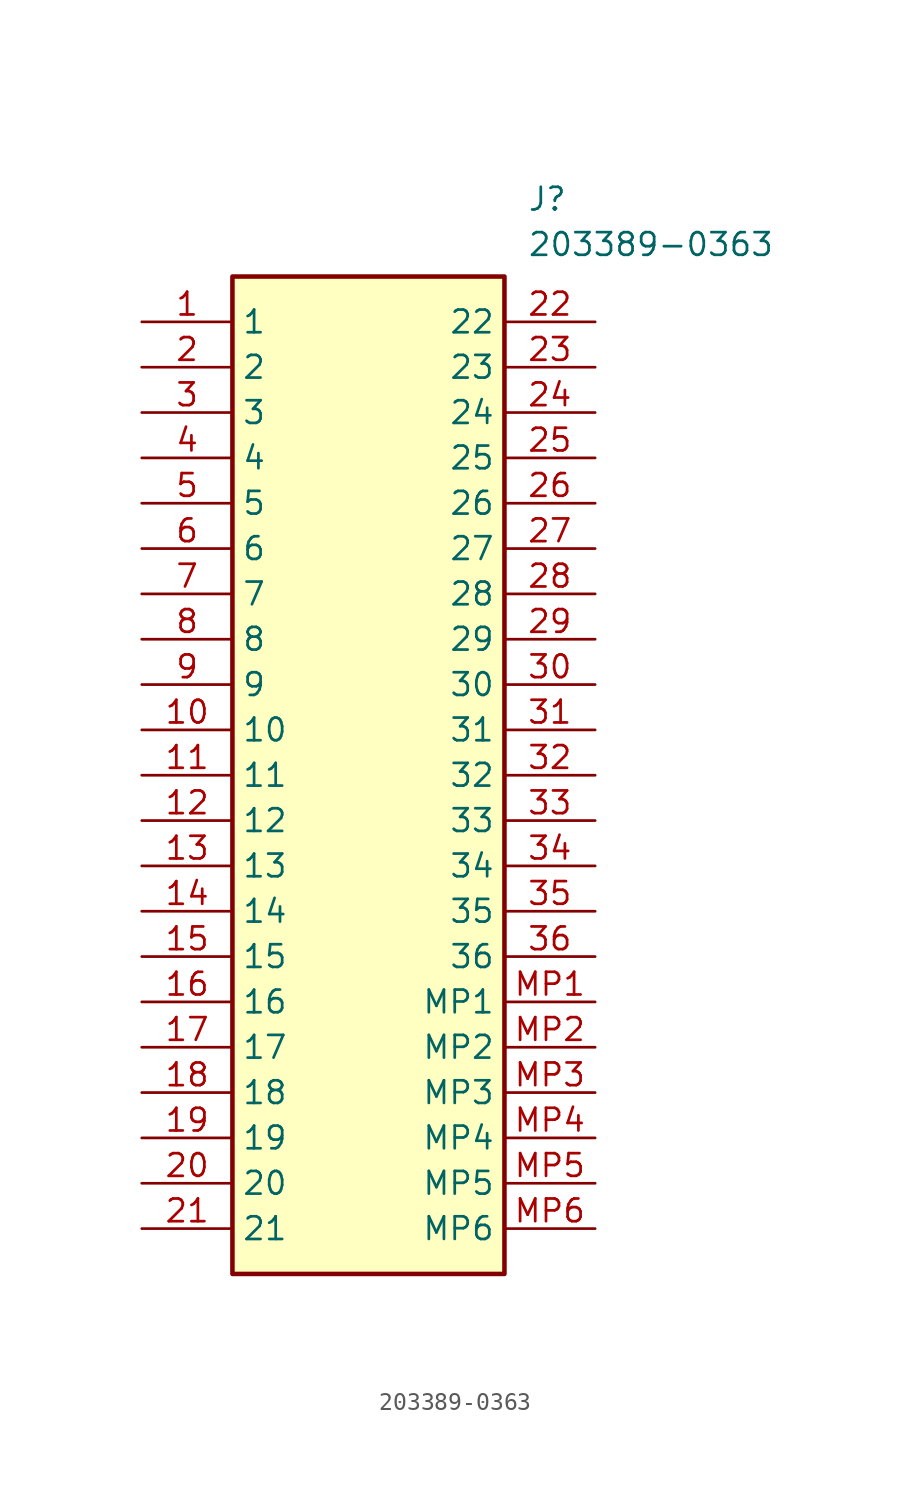
<source format=kicad_sym>
(kicad_symbol_lib
  (version 20211014)
  (generator SamacSys_ECAD_Model)
  (symbol "203389-0363"
    (property "Reference" "J"
      (at 21.59 7.62 0)
      (effects (font (size 1.27 1.27)) (justify left top)))
    (property "Value" "203389-0363"
      (at 21.59 5.08 0)
      (effects (font (size 1.27 1.27)) (justify left top)))
    (rectangle
      (start 5.08 2.54)
      (end 20.32 -53.34)
      (stroke (width 0.254) (type default))
      (fill (type background)))
    (pin passive line
      (at 0 0 0)
      (length 5.08)
      (name "1" (effects (font (size 1.27 1.27))))
      (number "1" (effects (font (size 1.27 1.27)))))
    (pin passive line
      (at 0 -2.54 0)
      (length 5.08)
      (name "2" (effects (font (size 1.27 1.27))))
      (number "2" (effects (font (size 1.27 1.27)))))
    (pin passive line
      (at 0 -5.08 0)
      (length 5.08)
      (name "3" (effects (font (size 1.27 1.27))))
      (number "3" (effects (font (size 1.27 1.27)))))
    (pin passive line
      (at 0 -7.62 0)
      (length 5.08)
      (name "4" (effects (font (size 1.27 1.27))))
      (number "4" (effects (font (size 1.27 1.27)))))
    (pin passive line
      (at 0 -10.16 0)
      (length 5.08)
      (name "5" (effects (font (size 1.27 1.27))))
      (number "5" (effects (font (size 1.27 1.27)))))
    (pin passive line
      (at 0 -12.7 0)
      (length 5.08)
      (name "6" (effects (font (size 1.27 1.27))))
      (number "6" (effects (font (size 1.27 1.27)))))
    (pin passive line
      (at 0 -15.24 0)
      (length 5.08)
      (name "7" (effects (font (size 1.27 1.27))))
      (number "7" (effects (font (size 1.27 1.27)))))
    (pin passive line
      (at 0 -17.78 0)
      (length 5.08)
      (name "8" (effects (font (size 1.27 1.27))))
      (number "8" (effects (font (size 1.27 1.27)))))
    (pin passive line
      (at 0 -20.32 0)
      (length 5.08)
      (name "9" (effects (font (size 1.27 1.27))))
      (number "9" (effects (font (size 1.27 1.27)))))
    (pin passive line
      (at 0 -22.86 0)
      (length 5.08)
      (name "10" (effects (font (size 1.27 1.27))))
      (number "10" (effects (font (size 1.27 1.27)))))
    (pin passive line
      (at 0 -25.4 0)
      (length 5.08)
      (name "11" (effects (font (size 1.27 1.27))))
      (number "11" (effects (font (size 1.27 1.27)))))
    (pin passive line
      (at 0 -27.94 0)
      (length 5.08)
      (name "12" (effects (font (size 1.27 1.27))))
      (number "12" (effects (font (size 1.27 1.27)))))
    (pin passive line
      (at 0 -30.48 0)
      (length 5.08)
      (name "13" (effects (font (size 1.27 1.27))))
      (number "13" (effects (font (size 1.27 1.27)))))
    (pin passive line
      (at 0 -33.02 0)
      (length 5.08)
      (name "14" (effects (font (size 1.27 1.27))))
      (number "14" (effects (font (size 1.27 1.27)))))
    (pin passive line
      (at 0 -35.56 0)
      (length 5.08)
      (name "15" (effects (font (size 1.27 1.27))))
      (number "15" (effects (font (size 1.27 1.27)))))
    (pin passive line
      (at 0 -38.1 0)
      (length 5.08)
      (name "16" (effects (font (size 1.27 1.27))))
      (number "16" (effects (font (size 1.27 1.27)))))
    (pin passive line
      (at 0 -40.64 0)
      (length 5.08)
      (name "17" (effects (font (size 1.27 1.27))))
      (number "17" (effects (font (size 1.27 1.27)))))
    (pin passive line
      (at 0 -43.18 0)
      (length 5.08)
      (name "18" (effects (font (size 1.27 1.27))))
      (number "18" (effects (font (size 1.27 1.27)))))
    (pin passive line
      (at 0 -45.72 0)
      (length 5.08)
      (name "19" (effects (font (size 1.27 1.27))))
      (number "19" (effects (font (size 1.27 1.27)))))
    (pin passive line
      (at 0 -48.26 0)
      (length 5.08)
      (name "20" (effects (font (size 1.27 1.27))))
      (number "20" (effects (font (size 1.27 1.27)))))
    (pin passive line
      (at 0 -50.8 0)
      (length 5.08)
      (name "21" (effects (font (size 1.27 1.27))))
      (number "21" (effects (font (size 1.27 1.27)))))
    (pin passive line
      (at 25.4 0 180)
      (length 5.08)
      (name "22" (effects (font (size 1.27 1.27))))
      (number "22" (effects (font (size 1.27 1.27)))))
    (pin passive line
      (at 25.4 -2.54 180)
      (length 5.08)
      (name "23" (effects (font (size 1.27 1.27))))
      (number "23" (effects (font (size 1.27 1.27)))))
    (pin passive line
      (at 25.4 -5.08 180)
      (length 5.08)
      (name "24" (effects (font (size 1.27 1.27))))
      (number "24" (effects (font (size 1.27 1.27)))))
    (pin passive line
      (at 25.4 -7.62 180)
      (length 5.08)
      (name "25" (effects (font (size 1.27 1.27))))
      (number "25" (effects (font (size 1.27 1.27)))))
    (pin passive line
      (at 25.4 -10.16 180)
      (length 5.08)
      (name "26" (effects (font (size 1.27 1.27))))
      (number "26" (effects (font (size 1.27 1.27)))))
    (pin passive line
      (at 25.4 -12.7 180)
      (length 5.08)
      (name "27" (effects (font (size 1.27 1.27))))
      (number "27" (effects (font (size 1.27 1.27)))))
    (pin passive line
      (at 25.4 -15.24 180)
      (length 5.08)
      (name "28" (effects (font (size 1.27 1.27))))
      (number "28" (effects (font (size 1.27 1.27)))))
    (pin passive line
      (at 25.4 -17.78 180)
      (length 5.08)
      (name "29" (effects (font (size 1.27 1.27))))
      (number "29" (effects (font (size 1.27 1.27)))))
    (pin passive line
      (at 25.4 -20.32 180)
      (length 5.08)
      (name "30" (effects (font (size 1.27 1.27))))
      (number "30" (effects (font (size 1.27 1.27)))))
    (pin passive line
      (at 25.4 -22.86 180)
      (length 5.08)
      (name "31" (effects (font (size 1.27 1.27))))
      (number "31" (effects (font (size 1.27 1.27)))))
    (pin passive line
      (at 25.4 -25.4 180)
      (length 5.08)
      (name "32" (effects (font (size 1.27 1.27))))
      (number "32" (effects (font (size 1.27 1.27)))))
    (pin passive line
      (at 25.4 -27.94 180)
      (length 5.08)
      (name "33" (effects (font (size 1.27 1.27))))
      (number "33" (effects (font (size 1.27 1.27)))))
    (pin passive line
      (at 25.4 -30.48 180)
      (length 5.08)
      (name "34" (effects (font (size 1.27 1.27))))
      (number "34" (effects (font (size 1.27 1.27)))))
    (pin passive line
      (at 25.4 -33.02 180)
      (length 5.08)
      (name "35" (effects (font (size 1.27 1.27))))
      (number "35" (effects (font (size 1.27 1.27)))))
    (pin passive line
      (at 25.4 -35.56 180)
      (length 5.08)
      (name "36" (effects (font (size 1.27 1.27))))
      (number "36" (effects (font (size 1.27 1.27)))))
    (pin passive line
      (at 25.4 -38.1 180)
      (length 5.08)
      (name "MP1" (effects (font (size 1.27 1.27))))
      (number "MP1" (effects (font (size 1.27 1.27)))))
    (pin passive line
      (at 25.4 -40.64 180)
      (length 5.08)
      (name "MP2" (effects (font (size 1.27 1.27))))
      (number "MP2" (effects (font (size 1.27 1.27)))))
    (pin passive line
      (at 25.4 -43.18 180)
      (length 5.08)
      (name "MP3" (effects (font (size 1.27 1.27))))
      (number "MP3" (effects (font (size 1.27 1.27)))))
    (pin passive line
      (at 25.4 -45.72 180)
      (length 5.08)
      (name "MP4" (effects (font (size 1.27 1.27))))
      (number "MP4" (effects (font (size 1.27 1.27)))))
    (pin passive line
      (at 25.4 -48.26 180)
      (length 5.08)
      (name "MP5" (effects (font (size 1.27 1.27))))
      (number "MP5" (effects (font (size 1.27 1.27)))))
    (pin passive line
      (at 25.4 -50.8 180)
      (length 5.08)
      (name "MP6" (effects (font (size 1.27 1.27))))
      (number "MP6" (effects (font (size 1.27 1.27)))))))
</source>
